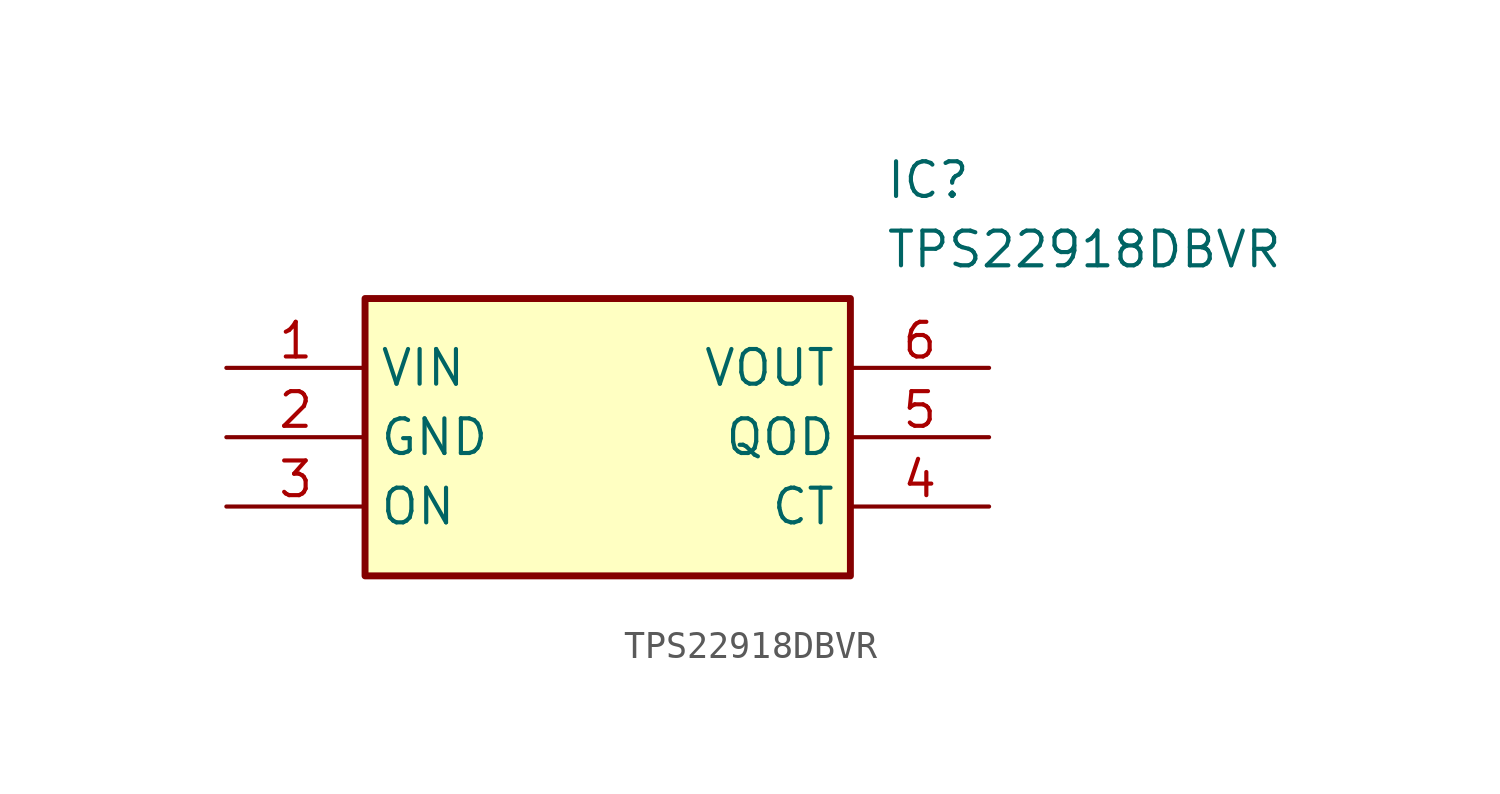
<source format=kicad_sym>
(kicad_symbol_lib
  (version 20211014)
  (generator SamacSys_ECAD_Model)
  (symbol "TPS22918DBVR"
    (property "Reference" "IC"
      (at 24.13 7.62 0)
      (effects (font (size 1.27 1.27)) (justify left top)))
    (property "Value" "TPS22918DBVR"
      (at 24.13 5.08 0)
      (effects (font (size 1.27 1.27)) (justify left top)))
    (rectangle
      (start 5.08 2.54)
      (end 22.86 -7.62)
      (stroke (width 0.254) (type default))
      (fill (type background)))
    (pin passive line
      (at 0 0 0)
      (length 5.08)
      (name "VIN" (effects (font (size 1.27 1.27))))
      (number "1" (effects (font (size 1.27 1.27)))))
    (pin passive line
      (at 0 -2.54 0)
      (length 5.08)
      (name "GND" (effects (font (size 1.27 1.27))))
      (number "2" (effects (font (size 1.27 1.27)))))
    (pin passive line
      (at 0 -5.08 0)
      (length 5.08)
      (name "ON" (effects (font (size 1.27 1.27))))
      (number "3" (effects (font (size 1.27 1.27)))))
    (pin passive line
      (at 27.94 0 180)
      (length 5.08)
      (name "VOUT" (effects (font (size 1.27 1.27))))
      (number "6" (effects (font (size 1.27 1.27)))))
    (pin passive line
      (at 27.94 -2.54 180)
      (length 5.08)
      (name "QOD" (effects (font (size 1.27 1.27))))
      (number "5" (effects (font (size 1.27 1.27)))))
    (pin passive line
      (at 27.94 -5.08 180)
      (length 5.08)
      (name "CT" (effects (font (size 1.27 1.27))))
      (number "4" (effects (font (size 1.27 1.27)))))))
</source>
